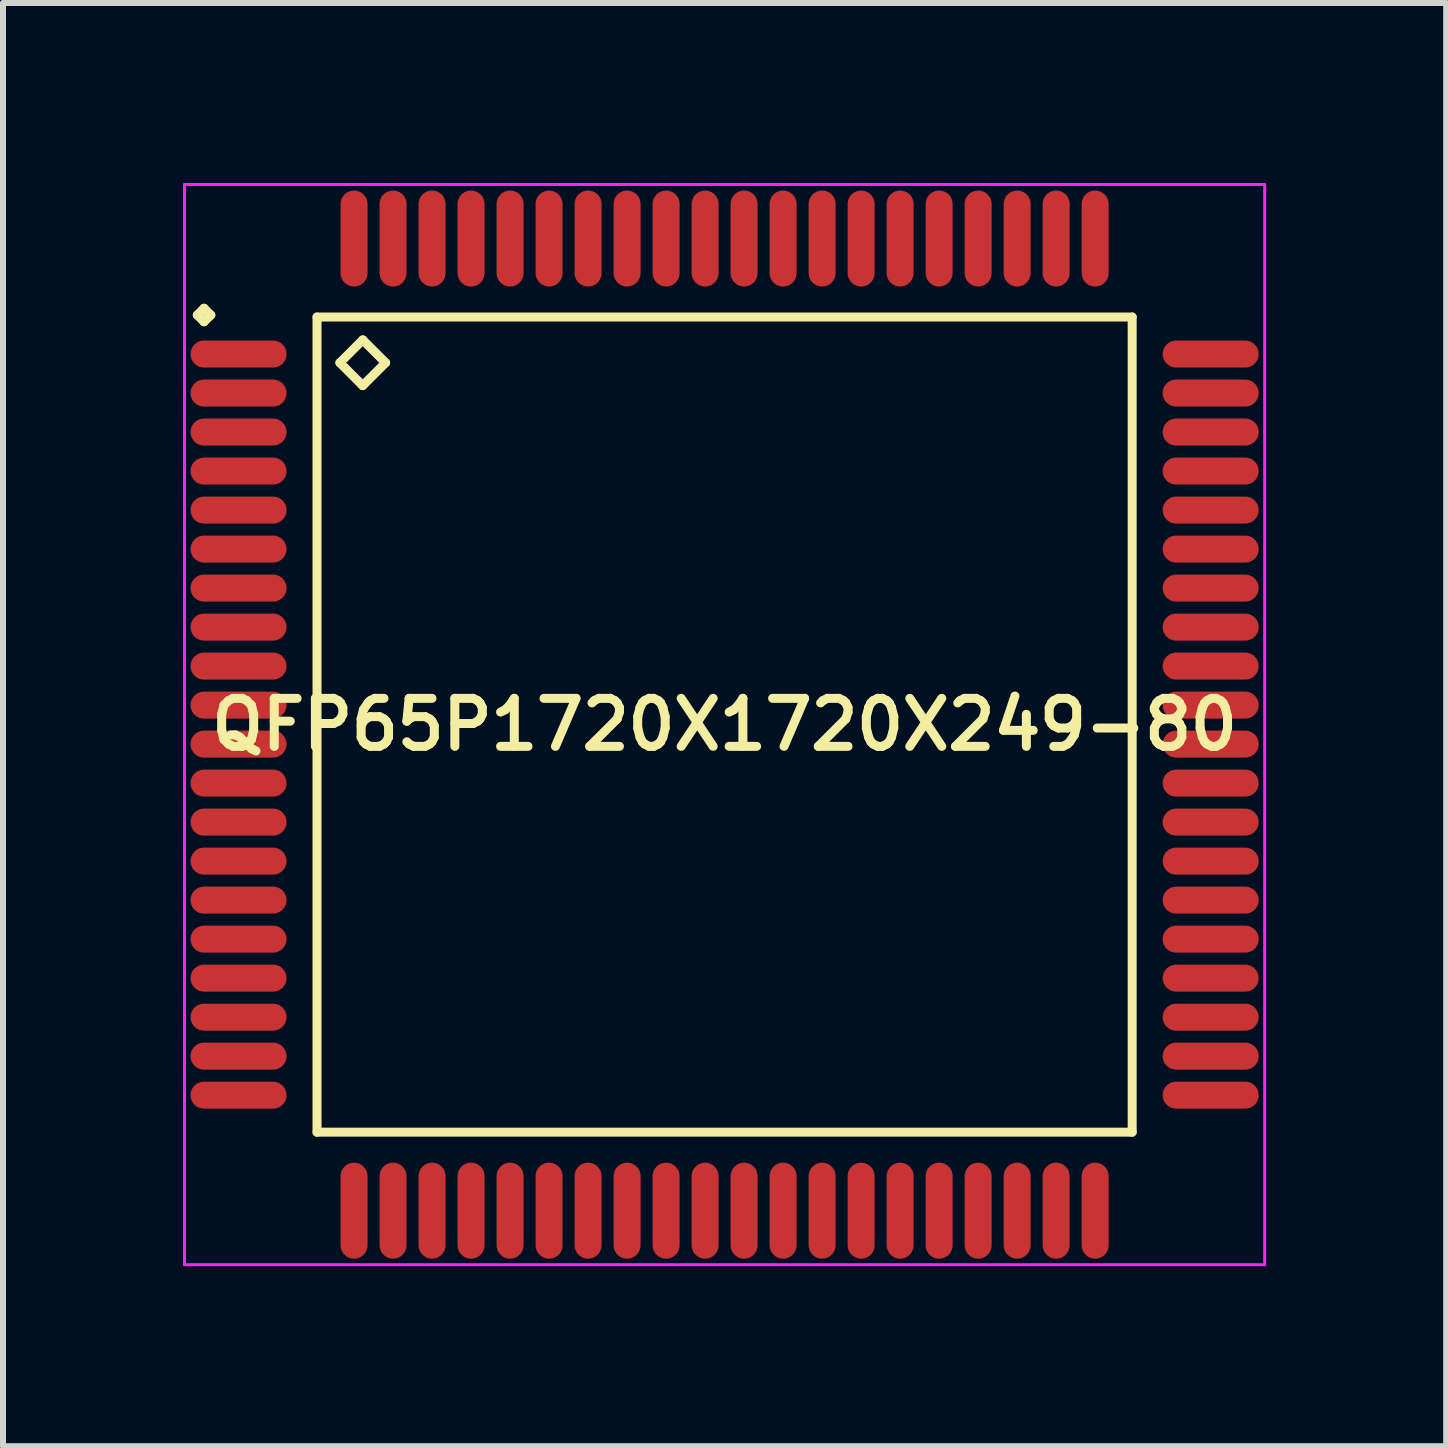
<source format=kicad_pcb>
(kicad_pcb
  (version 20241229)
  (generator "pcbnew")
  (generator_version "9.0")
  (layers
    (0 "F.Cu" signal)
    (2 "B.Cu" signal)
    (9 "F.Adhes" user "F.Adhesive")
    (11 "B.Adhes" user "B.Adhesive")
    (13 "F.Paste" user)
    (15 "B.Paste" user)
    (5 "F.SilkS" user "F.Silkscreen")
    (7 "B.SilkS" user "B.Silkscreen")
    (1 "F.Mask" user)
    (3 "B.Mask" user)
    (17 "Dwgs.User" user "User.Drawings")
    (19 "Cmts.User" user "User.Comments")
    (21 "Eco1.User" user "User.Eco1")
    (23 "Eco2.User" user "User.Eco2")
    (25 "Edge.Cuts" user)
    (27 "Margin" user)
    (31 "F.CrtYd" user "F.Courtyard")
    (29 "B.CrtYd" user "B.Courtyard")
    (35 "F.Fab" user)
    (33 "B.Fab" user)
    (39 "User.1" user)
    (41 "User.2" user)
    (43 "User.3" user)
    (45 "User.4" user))
  (footprint "QFP65P1720X1720X249-80"
    (layer "F.Cu")
    (at 9.025 9.025)
    (property "Reference" "QFP65P1720X1720X249-80" (at 0 0 0) (layer "F.SilkS") (effects (font (size 0.8 0.8) (thickness 0.15))))
    (attr smd)
    (fp_line (start -8.787 -6.825) (end -8.675 -6.938) (stroke (width 0.15) (type solid)) (layer "F.SilkS"))
    (fp_line (start -8.675 -6.938) (end -8.562 -6.825) (stroke (width 0.15) (type solid)) (layer "F.SilkS"))
    (fp_line (start -8.675 -6.713) (end -8.787 -6.825) (stroke (width 0.15) (type solid)) (layer "F.SilkS"))
    (fp_line (start -8.562 -6.825) (end -8.675 -6.713) (stroke (width 0.15) (type solid)) (layer "F.SilkS"))
    (fp_line (start -6.792 -6.792) (end -6.792 6.792) (stroke (width 0.15) (type solid)) (layer "F.SilkS"))
    (fp_line (start -6.792 6.792) (end 6.792 6.792) (stroke (width 0.15) (type solid)) (layer "F.SilkS"))
    (fp_line (start -6.411 -6.03) (end -6.03 -6.411) (stroke (width 0.15) (type solid)) (layer "F.SilkS"))
    (fp_line (start -6.03 -6.411) (end -5.649 -6.03) (stroke (width 0.15) (type solid)) (layer "F.SilkS"))
    (fp_line (start -6.03 -5.649) (end -6.411 -6.03) (stroke (width 0.15) (type solid)) (layer "F.SilkS"))
    (fp_line (start -5.649 -6.03) (end -6.03 -5.649) (stroke (width 0.15) (type solid)) (layer "F.SilkS"))
    (fp_line (start 6.792 -6.792) (end -6.792 -6.792) (stroke (width 0.15) (type solid)) (layer "F.SilkS"))
    (fp_line (start 6.792 6.792) (end 6.792 -6.792) (stroke (width 0.15) (type solid)) (layer "F.SilkS"))
    (fp_line (start -9 -9) (end 9 -9) (stroke (width 0.05) (type solid)) (layer "F.CrtYd"))
    (fp_line (start -9 9) (end -9 -9) (stroke (width 0.05) (type solid)) (layer "F.CrtYd"))
    (fp_line (start 9 -9) (end 9 9) (stroke (width 0.05) (type solid)) (layer "F.CrtYd"))
    (fp_line (start 9 9) (end -9 9) (stroke (width 0.05) (type solid)) (layer "F.CrtYd"))
    (pad "1" smd oval (at -8.1 -6.175) (size 1.6 0.45) (layers "F.Cu" "F.Mask" "F.Paste"))
    (pad "2" smd oval (at -8.1 -5.525) (size 1.6 0.45) (layers "F.Cu" "F.Mask" "F.Paste"))
    (pad "3" smd oval (at -8.1 -4.875) (size 1.6 0.45) (layers "F.Cu" "F.Mask" "F.Paste"))
    (pad "4" smd oval (at -8.1 -4.225) (size 1.6 0.45) (layers "F.Cu" "F.Mask" "F.Paste"))
    (pad "5" smd oval (at -8.1 -3.575) (size 1.6 0.45) (layers "F.Cu" "F.Mask" "F.Paste"))
    (pad "6" smd oval (at -8.1 -2.925) (size 1.6 0.45) (layers "F.Cu" "F.Mask" "F.Paste"))
    (pad "7" smd oval (at -8.1 -2.275) (size 1.6 0.45) (layers "F.Cu" "F.Mask" "F.Paste"))
    (pad "8" smd oval (at -8.1 -1.625) (size 1.6 0.45) (layers "F.Cu" "F.Mask" "F.Paste"))
    (pad "9" smd oval (at -8.1 -0.975) (size 1.6 0.45) (layers "F.Cu" "F.Mask" "F.Paste"))
    (pad "10" smd oval (at -8.1 -0.325) (size 1.6 0.45) (layers "F.Cu" "F.Mask" "F.Paste"))
    (pad "11" smd oval (at -8.1 0.325) (size 1.6 0.45) (layers "F.Cu" "F.Mask" "F.Paste"))
    (pad "12" smd oval (at -8.1 0.975) (size 1.6 0.45) (layers "F.Cu" "F.Mask" "F.Paste"))
    (pad "13" smd oval (at -8.1 1.625) (size 1.6 0.45) (layers "F.Cu" "F.Mask" "F.Paste"))
    (pad "14" smd oval (at -8.1 2.275) (size 1.6 0.45) (layers "F.Cu" "F.Mask" "F.Paste"))
    (pad "15" smd oval (at -8.1 2.925) (size 1.6 0.45) (layers "F.Cu" "F.Mask" "F.Paste"))
    (pad "16" smd oval (at -8.1 3.575) (size 1.6 0.45) (layers "F.Cu" "F.Mask" "F.Paste"))
    (pad "17" smd oval (at -8.1 4.225) (size 1.6 0.45) (layers "F.Cu" "F.Mask" "F.Paste"))
    (pad "18" smd oval (at -8.1 4.875) (size 1.6 0.45) (layers "F.Cu" "F.Mask" "F.Paste"))
    (pad "19" smd oval (at -8.1 5.525) (size 1.6 0.45) (layers "F.Cu" "F.Mask" "F.Paste"))
    (pad "20" smd oval (at -8.1 6.175) (size 1.6 0.45) (layers "F.Cu" "F.Mask" "F.Paste"))
    (pad "21" smd oval (at -6.175 8.1) (size 0.45 1.6) (layers "F.Cu" "F.Mask" "F.Paste"))
    (pad "22" smd oval (at -5.525 8.1) (size 0.45 1.6) (layers "F.Cu" "F.Mask" "F.Paste"))
    (pad "23" smd oval (at -4.875 8.1) (size 0.45 1.6) (layers "F.Cu" "F.Mask" "F.Paste"))
    (pad "24" smd oval (at -4.225 8.1) (size 0.45 1.6) (layers "F.Cu" "F.Mask" "F.Paste"))
    (pad "25" smd oval (at -3.575 8.1) (size 0.45 1.6) (layers "F.Cu" "F.Mask" "F.Paste"))
    (pad "26" smd oval (at -2.925 8.1) (size 0.45 1.6) (layers "F.Cu" "F.Mask" "F.Paste"))
    (pad "27" smd oval (at -2.275 8.1) (size 0.45 1.6) (layers "F.Cu" "F.Mask" "F.Paste"))
    (pad "28" smd oval (at -1.625 8.1) (size 0.45 1.6) (layers "F.Cu" "F.Mask" "F.Paste"))
    (pad "29" smd oval (at -0.975 8.1) (size 0.45 1.6) (layers "F.Cu" "F.Mask" "F.Paste"))
    (pad "30" smd oval (at -0.325 8.1) (size 0.45 1.6) (layers "F.Cu" "F.Mask" "F.Paste"))
    (pad "31" smd oval (at 0.325 8.1) (size 0.45 1.6) (layers "F.Cu" "F.Mask" "F.Paste"))
    (pad "32" smd oval (at 0.975 8.1) (size 0.45 1.6) (layers "F.Cu" "F.Mask" "F.Paste"))
    (pad "33" smd oval (at 1.625 8.1) (size 0.45 1.6) (layers "F.Cu" "F.Mask" "F.Paste"))
    (pad "34" smd oval (at 2.275 8.1) (size 0.45 1.6) (layers "F.Cu" "F.Mask" "F.Paste"))
    (pad "35" smd oval (at 2.925 8.1) (size 0.45 1.6) (layers "F.Cu" "F.Mask" "F.Paste"))
    (pad "36" smd oval (at 3.575 8.1) (size 0.45 1.6) (layers "F.Cu" "F.Mask" "F.Paste"))
    (pad "37" smd oval (at 4.225 8.1) (size 0.45 1.6) (layers "F.Cu" "F.Mask" "F.Paste"))
    (pad "38" smd oval (at 4.875 8.1) (size 0.45 1.6) (layers "F.Cu" "F.Mask" "F.Paste"))
    (pad "39" smd oval (at 5.525 8.1) (size 0.45 1.6) (layers "F.Cu" "F.Mask" "F.Paste"))
    (pad "40" smd oval (at 6.175 8.1) (size 0.45 1.6) (layers "F.Cu" "F.Mask" "F.Paste"))
    (pad "41" smd oval (at 8.1 6.175) (size 1.6 0.45) (layers "F.Cu" "F.Mask" "F.Paste"))
    (pad "42" smd oval (at 8.1 5.525) (size 1.6 0.45) (layers "F.Cu" "F.Mask" "F.Paste"))
    (pad "43" smd oval (at 8.1 4.875) (size 1.6 0.45) (layers "F.Cu" "F.Mask" "F.Paste"))
    (pad "44" smd oval (at 8.1 4.225) (size 1.6 0.45) (layers "F.Cu" "F.Mask" "F.Paste"))
    (pad "45" smd oval (at 8.1 3.575) (size 1.6 0.45) (layers "F.Cu" "F.Mask" "F.Paste"))
    (pad "46" smd oval (at 8.1 2.925) (size 1.6 0.45) (layers "F.Cu" "F.Mask" "F.Paste"))
    (pad "47" smd oval (at 8.1 2.275) (size 1.6 0.45) (layers "F.Cu" "F.Mask" "F.Paste"))
    (pad "48" smd oval (at 8.1 1.625) (size 1.6 0.45) (layers "F.Cu" "F.Mask" "F.Paste"))
    (pad "49" smd oval (at 8.1 0.975) (size 1.6 0.45) (layers "F.Cu" "F.Mask" "F.Paste"))
    (pad "50" smd oval (at 8.1 0.325) (size 1.6 0.45) (layers "F.Cu" "F.Mask" "F.Paste"))
    (pad "51" smd oval (at 8.1 -0.325) (size 1.6 0.45) (layers "F.Cu" "F.Mask" "F.Paste"))
    (pad "52" smd oval (at 8.1 -0.975) (size 1.6 0.45) (layers "F.Cu" "F.Mask" "F.Paste"))
    (pad "53" smd oval (at 8.1 -1.625) (size 1.6 0.45) (layers "F.Cu" "F.Mask" "F.Paste"))
    (pad "54" smd oval (at 8.1 -2.275) (size 1.6 0.45) (layers "F.Cu" "F.Mask" "F.Paste"))
    (pad "55" smd oval (at 8.1 -2.925) (size 1.6 0.45) (layers "F.Cu" "F.Mask" "F.Paste"))
    (pad "56" smd oval (at 8.1 -3.575) (size 1.6 0.45) (layers "F.Cu" "F.Mask" "F.Paste"))
    (pad "57" smd oval (at 8.1 -4.225) (size 1.6 0.45) (layers "F.Cu" "F.Mask" "F.Paste"))
    (pad "58" smd oval (at 8.1 -4.875) (size 1.6 0.45) (layers "F.Cu" "F.Mask" "F.Paste"))
    (pad "59" smd oval (at 8.1 -5.525) (size 1.6 0.45) (layers "F.Cu" "F.Mask" "F.Paste"))
    (pad "60" smd oval (at 8.1 -6.175) (size 1.6 0.45) (layers "F.Cu" "F.Mask" "F.Paste"))
    (pad "61" smd oval (at 6.175 -8.1) (size 0.45 1.6) (layers "F.Cu" "F.Mask" "F.Paste"))
    (pad "62" smd oval (at 5.525 -8.1) (size 0.45 1.6) (layers "F.Cu" "F.Mask" "F.Paste"))
    (pad "63" smd oval (at 4.875 -8.1) (size 0.45 1.6) (layers "F.Cu" "F.Mask" "F.Paste"))
    (pad "64" smd oval (at 4.225 -8.1) (size 0.45 1.6) (layers "F.Cu" "F.Mask" "F.Paste"))
    (pad "65" smd oval (at 3.575 -8.1) (size 0.45 1.6) (layers "F.Cu" "F.Mask" "F.Paste"))
    (pad "66" smd oval (at 2.925 -8.1) (size 0.45 1.6) (layers "F.Cu" "F.Mask" "F.Paste"))
    (pad "67" smd oval (at 2.275 -8.1) (size 0.45 1.6) (layers "F.Cu" "F.Mask" "F.Paste"))
    (pad "68" smd oval (at 1.625 -8.1) (size 0.45 1.6) (layers "F.Cu" "F.Mask" "F.Paste"))
    (pad "69" smd oval (at 0.975 -8.1) (size 0.45 1.6) (layers "F.Cu" "F.Mask" "F.Paste"))
    (pad "70" smd oval (at 0.325 -8.1) (size 0.45 1.6) (layers "F.Cu" "F.Mask" "F.Paste"))
    (pad "71" smd oval (at -0.325 -8.1) (size 0.45 1.6) (layers "F.Cu" "F.Mask" "F.Paste"))
    (pad "72" smd oval (at -0.975 -8.1) (size 0.45 1.6) (layers "F.Cu" "F.Mask" "F.Paste"))
    (pad "73" smd oval (at -1.625 -8.1) (size 0.45 1.6) (layers "F.Cu" "F.Mask" "F.Paste"))
    (pad "74" smd oval (at -2.275 -8.1) (size 0.45 1.6) (layers "F.Cu" "F.Mask" "F.Paste"))
    (pad "75" smd oval (at -2.925 -8.1) (size 0.45 1.6) (layers "F.Cu" "F.Mask" "F.Paste"))
    (pad "76" smd oval (at -3.575 -8.1) (size 0.45 1.6) (layers "F.Cu" "F.Mask" "F.Paste"))
    (pad "77" smd oval (at -4.225 -8.1) (size 0.45 1.6) (layers "F.Cu" "F.Mask" "F.Paste"))
    (pad "78" smd oval (at -4.875 -8.1) (size 0.45 1.6) (layers "F.Cu" "F.Mask" "F.Paste"))
    (pad "79" smd oval (at -5.525 -8.1) (size 0.45 1.6) (layers "F.Cu" "F.Mask" "F.Paste"))
    (pad "80" smd oval (at -6.175 -8.1) (size 0.45 1.6) (layers "F.Cu" "F.Mask" "F.Paste")))
  (gr_rect
    (start -3 -3)
    (end 21.05 21.05)
    (stroke (width 0.1) (type default))
    (fill no)
    (layer "Edge.Cuts")))
</source>
